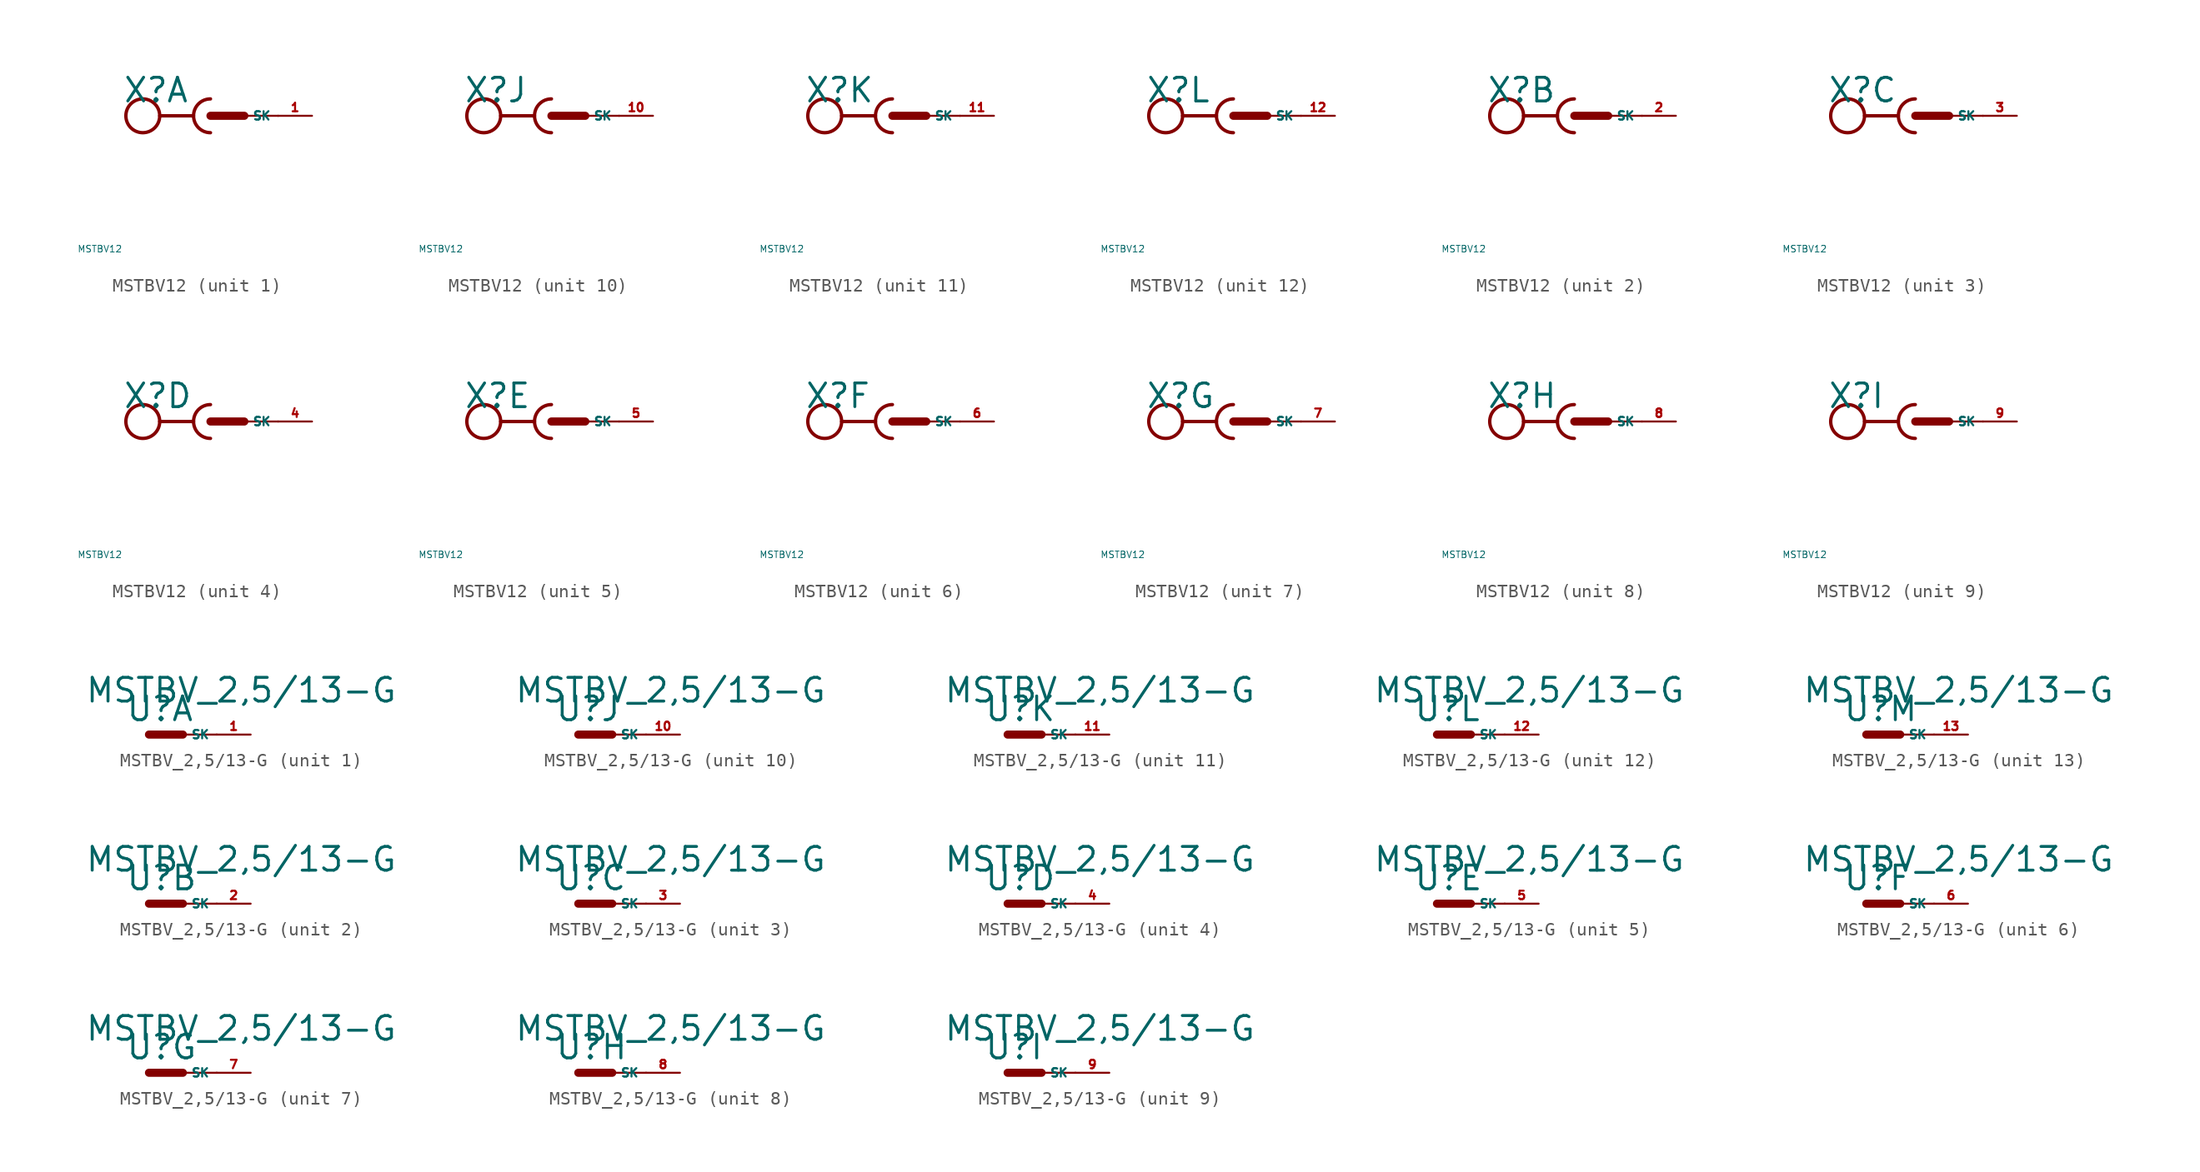
<source format=kicad_sym>
(kicad_symbol_lib
  (version 20220914)
  (generator Eagle2Kicad)
  (symbol "MSTBV12"
    (property "Reference" "X"
      (at -6.604 0.889 0)
      (effects (font (size 1.778 1.778) (thickness 0.22)) (justify left bottom)))
    (property "Value" "MSTBV12"
      (at -10 -10 0)
      (effects (font (size 0.5 0.5) (thickness 0.06)) (justify left)))
    (symbol "MSTBV12_1_0"
      (polyline (pts (xy -3.81 0) (xy -1.27 0)) (stroke (width 0.254) (type default)) (fill (type none)))
      (arc (start 0 1.27) (mid -1.270 0.000) (end 0 -1.27) (stroke (width 0.254) (type default)) (fill (type none)))
      (polyline (pts (xy 0 0) (xy 2.54 0)) (stroke (width 0.61) (type default)) (fill (type none)))
      (polyline (pts (xy 2.54 0) (xy 5.08 0)) (stroke (width 0.152) (type default)) (fill (type none)))
      (circle (center -5.08 0) (radius 1.27) (stroke (width 0.254) (type default)) (fill (type none)))
      (pin passive line (at 7.62 0 180) (length 2.54) (name "SK" (effects (font (size 0.635 0.635) (thickness 0.08)) (justify left bottom))) (number "1" (effects (font (size 0.635 0.635) (thickness 0.08)) (justify left bottom)))))
    (symbol "MSTBV12_2_0"
      (polyline (pts (xy -3.81 0) (xy -1.27 0)) (stroke (width 0.254) (type default)) (fill (type none)))
      (arc (start 0 1.27) (mid -1.270 0.000) (end 0 -1.27) (stroke (width 0.254) (type default)) (fill (type none)))
      (polyline (pts (xy 0 0) (xy 2.54 0)) (stroke (width 0.61) (type default)) (fill (type none)))
      (polyline (pts (xy 2.54 0) (xy 5.08 0)) (stroke (width 0.152) (type default)) (fill (type none)))
      (circle (center -5.08 0) (radius 1.27) (stroke (width 0.254) (type default)) (fill (type none)))
      (pin passive line (at 7.62 0 180) (length 2.54) (name "SK" (effects (font (size 0.635 0.635) (thickness 0.08)) (justify left bottom))) (number "2" (effects (font (size 0.635 0.635) (thickness 0.08)) (justify left bottom)))))
    (symbol "MSTBV12_3_0"
      (polyline (pts (xy -3.81 0) (xy -1.27 0)) (stroke (width 0.254) (type default)) (fill (type none)))
      (arc (start 0 1.27) (mid -1.270 0.000) (end 0 -1.27) (stroke (width 0.254) (type default)) (fill (type none)))
      (polyline (pts (xy 0 0) (xy 2.54 0)) (stroke (width 0.61) (type default)) (fill (type none)))
      (polyline (pts (xy 2.54 0) (xy 5.08 0)) (stroke (width 0.152) (type default)) (fill (type none)))
      (circle (center -5.08 0) (radius 1.27) (stroke (width 0.254) (type default)) (fill (type none)))
      (pin passive line (at 7.62 0 180) (length 2.54) (name "SK" (effects (font (size 0.635 0.635) (thickness 0.08)) (justify left bottom))) (number "3" (effects (font (size 0.635 0.635) (thickness 0.08)) (justify left bottom)))))
    (symbol "MSTBV12_4_0"
      (polyline (pts (xy -3.81 0) (xy -1.27 0)) (stroke (width 0.254) (type default)) (fill (type none)))
      (arc (start 0 1.27) (mid -1.270 0.000) (end 0 -1.27) (stroke (width 0.254) (type default)) (fill (type none)))
      (polyline (pts (xy 0 0) (xy 2.54 0)) (stroke (width 0.61) (type default)) (fill (type none)))
      (polyline (pts (xy 2.54 0) (xy 5.08 0)) (stroke (width 0.152) (type default)) (fill (type none)))
      (circle (center -5.08 0) (radius 1.27) (stroke (width 0.254) (type default)) (fill (type none)))
      (pin passive line (at 7.62 0 180) (length 2.54) (name "SK" (effects (font (size 0.635 0.635) (thickness 0.08)) (justify left bottom))) (number "4" (effects (font (size 0.635 0.635) (thickness 0.08)) (justify left bottom)))))
    (symbol "MSTBV12_5_0"
      (polyline (pts (xy -3.81 0) (xy -1.27 0)) (stroke (width 0.254) (type default)) (fill (type none)))
      (arc (start 0 1.27) (mid -1.270 0.000) (end 0 -1.27) (stroke (width 0.254) (type default)) (fill (type none)))
      (polyline (pts (xy 0 0) (xy 2.54 0)) (stroke (width 0.61) (type default)) (fill (type none)))
      (polyline (pts (xy 2.54 0) (xy 5.08 0)) (stroke (width 0.152) (type default)) (fill (type none)))
      (circle (center -5.08 0) (radius 1.27) (stroke (width 0.254) (type default)) (fill (type none)))
      (pin passive line (at 7.62 0 180) (length 2.54) (name "SK" (effects (font (size 0.635 0.635) (thickness 0.08)) (justify left bottom))) (number "5" (effects (font (size 0.635 0.635) (thickness 0.08)) (justify left bottom)))))
    (symbol "MSTBV12_6_0"
      (polyline (pts (xy -3.81 0) (xy -1.27 0)) (stroke (width 0.254) (type default)) (fill (type none)))
      (arc (start 0 1.27) (mid -1.270 0.000) (end 0 -1.27) (stroke (width 0.254) (type default)) (fill (type none)))
      (polyline (pts (xy 0 0) (xy 2.54 0)) (stroke (width 0.61) (type default)) (fill (type none)))
      (polyline (pts (xy 2.54 0) (xy 5.08 0)) (stroke (width 0.152) (type default)) (fill (type none)))
      (circle (center -5.08 0) (radius 1.27) (stroke (width 0.254) (type default)) (fill (type none)))
      (pin passive line (at 7.62 0 180) (length 2.54) (name "SK" (effects (font (size 0.635 0.635) (thickness 0.08)) (justify left bottom))) (number "6" (effects (font (size 0.635 0.635) (thickness 0.08)) (justify left bottom)))))
    (symbol "MSTBV12_7_0"
      (polyline (pts (xy -3.81 0) (xy -1.27 0)) (stroke (width 0.254) (type default)) (fill (type none)))
      (arc (start 0 1.27) (mid -1.270 0.000) (end 0 -1.27) (stroke (width 0.254) (type default)) (fill (type none)))
      (polyline (pts (xy 0 0) (xy 2.54 0)) (stroke (width 0.61) (type default)) (fill (type none)))
      (polyline (pts (xy 2.54 0) (xy 5.08 0)) (stroke (width 0.152) (type default)) (fill (type none)))
      (circle (center -5.08 0) (radius 1.27) (stroke (width 0.254) (type default)) (fill (type none)))
      (pin passive line (at 7.62 0 180) (length 2.54) (name "SK" (effects (font (size 0.635 0.635) (thickness 0.08)) (justify left bottom))) (number "7" (effects (font (size 0.635 0.635) (thickness 0.08)) (justify left bottom)))))
    (symbol "MSTBV12_8_0"
      (polyline (pts (xy -3.81 0) (xy -1.27 0)) (stroke (width 0.254) (type default)) (fill (type none)))
      (arc (start 0 1.27) (mid -1.270 0.000) (end 0 -1.27) (stroke (width 0.254) (type default)) (fill (type none)))
      (polyline (pts (xy 0 0) (xy 2.54 0)) (stroke (width 0.61) (type default)) (fill (type none)))
      (polyline (pts (xy 2.54 0) (xy 5.08 0)) (stroke (width 0.152) (type default)) (fill (type none)))
      (circle (center -5.08 0) (radius 1.27) (stroke (width 0.254) (type default)) (fill (type none)))
      (pin passive line (at 7.62 0 180) (length 2.54) (name "SK" (effects (font (size 0.635 0.635) (thickness 0.08)) (justify left bottom))) (number "8" (effects (font (size 0.635 0.635) (thickness 0.08)) (justify left bottom)))))
    (symbol "MSTBV12_9_0"
      (polyline (pts (xy -3.81 0) (xy -1.27 0)) (stroke (width 0.254) (type default)) (fill (type none)))
      (arc (start 0 1.27) (mid -1.270 0.000) (end 0 -1.27) (stroke (width 0.254) (type default)) (fill (type none)))
      (polyline (pts (xy 0 0) (xy 2.54 0)) (stroke (width 0.61) (type default)) (fill (type none)))
      (polyline (pts (xy 2.54 0) (xy 5.08 0)) (stroke (width 0.152) (type default)) (fill (type none)))
      (circle (center -5.08 0) (radius 1.27) (stroke (width 0.254) (type default)) (fill (type none)))
      (pin passive line (at 7.62 0 180) (length 2.54) (name "SK" (effects (font (size 0.635 0.635) (thickness 0.08)) (justify left bottom))) (number "9" (effects (font (size 0.635 0.635) (thickness 0.08)) (justify left bottom)))))
    (symbol "MSTBV12_10_0"
      (polyline (pts (xy -3.81 0) (xy -1.27 0)) (stroke (width 0.254) (type default)) (fill (type none)))
      (arc (start 0 1.27) (mid -1.270 0.000) (end 0 -1.27) (stroke (width 0.254) (type default)) (fill (type none)))
      (polyline (pts (xy 0 0) (xy 2.54 0)) (stroke (width 0.61) (type default)) (fill (type none)))
      (polyline (pts (xy 2.54 0) (xy 5.08 0)) (stroke (width 0.152) (type default)) (fill (type none)))
      (circle (center -5.08 0) (radius 1.27) (stroke (width 0.254) (type default)) (fill (type none)))
      (pin passive line (at 7.62 0 180) (length 2.54) (name "SK" (effects (font (size 0.635 0.635) (thickness 0.08)) (justify left bottom))) (number "10" (effects (font (size 0.635 0.635) (thickness 0.08)) (justify left bottom)))))
    (symbol "MSTBV12_11_0"
      (polyline (pts (xy -3.81 0) (xy -1.27 0)) (stroke (width 0.254) (type default)) (fill (type none)))
      (arc (start 0 1.27) (mid -1.270 0.000) (end 0 -1.27) (stroke (width 0.254) (type default)) (fill (type none)))
      (polyline (pts (xy 0 0) (xy 2.54 0)) (stroke (width 0.61) (type default)) (fill (type none)))
      (polyline (pts (xy 2.54 0) (xy 5.08 0)) (stroke (width 0.152) (type default)) (fill (type none)))
      (circle (center -5.08 0) (radius 1.27) (stroke (width 0.254) (type default)) (fill (type none)))
      (pin passive line (at 7.62 0 180) (length 2.54) (name "SK" (effects (font (size 0.635 0.635) (thickness 0.08)) (justify left bottom))) (number "11" (effects (font (size 0.635 0.635) (thickness 0.08)) (justify left bottom)))))
    (symbol "MSTBV12_12_0"
      (polyline (pts (xy -3.81 0) (xy -1.27 0)) (stroke (width 0.254) (type default)) (fill (type none)))
      (arc (start 0 1.27) (mid -1.270 0.000) (end 0 -1.27) (stroke (width 0.254) (type default)) (fill (type none)))
      (polyline (pts (xy 0 0) (xy 2.54 0)) (stroke (width 0.61) (type default)) (fill (type none)))
      (polyline (pts (xy 2.54 0) (xy 5.08 0)) (stroke (width 0.152) (type default)) (fill (type none)))
      (circle (center -5.08 0) (radius 1.27) (stroke (width 0.254) (type default)) (fill (type none)))
      (pin passive line (at 7.62 0 180) (length 2.54) (name "SK" (effects (font (size 0.635 0.635) (thickness 0.08)) (justify left bottom))) (number "12" (effects (font (size 0.635 0.635) (thickness 0.08)) (justify left bottom))))))
  (symbol "MSTBV_2,5/13-G"
    (property "Reference" "U"
      (at -1.778 0.889 0)
      (effects (font (size 1.778 1.778) (thickness 0.22)) (justify left bottom)))
    (property "Value" "MSTBV_2,5/13-G"
      (at -4.826 2.286 0)
      (effects (font (size 1.778 1.778) (thickness 0.22)) (justify left bottom)))
    (symbol "MSTBV_2,5/13-G_1_0"
      (polyline (pts (xy 0 0) (xy 2.54 0)) (stroke (width 0.61) (type default)) (fill (type none)))
      (polyline (pts (xy 2.54 0) (xy 5.08 0)) (stroke (width 0.152) (type default)) (fill (type none)))
      (pin passive line (at 7.62 0 180) (length 2.54) (name "SK" (effects (font (size 0.635 0.635) (thickness 0.08)) (justify left bottom))) (number "1" (effects (font (size 0.635 0.635) (thickness 0.08)) (justify left bottom)))))
    (symbol "MSTBV_2,5/13-G_2_0"
      (polyline (pts (xy 0 0) (xy 2.54 0)) (stroke (width 0.61) (type default)) (fill (type none)))
      (polyline (pts (xy 2.54 0) (xy 5.08 0)) (stroke (width 0.152) (type default)) (fill (type none)))
      (pin passive line (at 7.62 0 180) (length 2.54) (name "SK" (effects (font (size 0.635 0.635) (thickness 0.08)) (justify left bottom))) (number "2" (effects (font (size 0.635 0.635) (thickness 0.08)) (justify left bottom)))))
    (symbol "MSTBV_2,5/13-G_3_0"
      (polyline (pts (xy 0 0) (xy 2.54 0)) (stroke (width 0.61) (type default)) (fill (type none)))
      (polyline (pts (xy 2.54 0) (xy 5.08 0)) (stroke (width 0.152) (type default)) (fill (type none)))
      (pin passive line (at 7.62 0 180) (length 2.54) (name "SK" (effects (font (size 0.635 0.635) (thickness 0.08)) (justify left bottom))) (number "3" (effects (font (size 0.635 0.635) (thickness 0.08)) (justify left bottom)))))
    (symbol "MSTBV_2,5/13-G_4_0"
      (polyline (pts (xy 0 0) (xy 2.54 0)) (stroke (width 0.61) (type default)) (fill (type none)))
      (polyline (pts (xy 2.54 0) (xy 5.08 0)) (stroke (width 0.152) (type default)) (fill (type none)))
      (pin passive line (at 7.62 0 180) (length 2.54) (name "SK" (effects (font (size 0.635 0.635) (thickness 0.08)) (justify left bottom))) (number "4" (effects (font (size 0.635 0.635) (thickness 0.08)) (justify left bottom)))))
    (symbol "MSTBV_2,5/13-G_5_0"
      (polyline (pts (xy 0 0) (xy 2.54 0)) (stroke (width 0.61) (type default)) (fill (type none)))
      (polyline (pts (xy 2.54 0) (xy 5.08 0)) (stroke (width 0.152) (type default)) (fill (type none)))
      (pin passive line (at 7.62 0 180) (length 2.54) (name "SK" (effects (font (size 0.635 0.635) (thickness 0.08)) (justify left bottom))) (number "5" (effects (font (size 0.635 0.635) (thickness 0.08)) (justify left bottom)))))
    (symbol "MSTBV_2,5/13-G_6_0"
      (polyline (pts (xy 0 0) (xy 2.54 0)) (stroke (width 0.61) (type default)) (fill (type none)))
      (polyline (pts (xy 2.54 0) (xy 5.08 0)) (stroke (width 0.152) (type default)) (fill (type none)))
      (pin passive line (at 7.62 0 180) (length 2.54) (name "SK" (effects (font (size 0.635 0.635) (thickness 0.08)) (justify left bottom))) (number "6" (effects (font (size 0.635 0.635) (thickness 0.08)) (justify left bottom)))))
    (symbol "MSTBV_2,5/13-G_7_0"
      (polyline (pts (xy 0 0) (xy 2.54 0)) (stroke (width 0.61) (type default)) (fill (type none)))
      (polyline (pts (xy 2.54 0) (xy 5.08 0)) (stroke (width 0.152) (type default)) (fill (type none)))
      (pin passive line (at 7.62 0 180) (length 2.54) (name "SK" (effects (font (size 0.635 0.635) (thickness 0.08)) (justify left bottom))) (number "7" (effects (font (size 0.635 0.635) (thickness 0.08)) (justify left bottom)))))
    (symbol "MSTBV_2,5/13-G_8_0"
      (polyline (pts (xy 0 0) (xy 2.54 0)) (stroke (width 0.61) (type default)) (fill (type none)))
      (polyline (pts (xy 2.54 0) (xy 5.08 0)) (stroke (width 0.152) (type default)) (fill (type none)))
      (pin passive line (at 7.62 0 180) (length 2.54) (name "SK" (effects (font (size 0.635 0.635) (thickness 0.08)) (justify left bottom))) (number "8" (effects (font (size 0.635 0.635) (thickness 0.08)) (justify left bottom)))))
    (symbol "MSTBV_2,5/13-G_9_0"
      (polyline (pts (xy 0 0) (xy 2.54 0)) (stroke (width 0.61) (type default)) (fill (type none)))
      (polyline (pts (xy 2.54 0) (xy 5.08 0)) (stroke (width 0.152) (type default)) (fill (type none)))
      (pin passive line (at 7.62 0 180) (length 2.54) (name "SK" (effects (font (size 0.635 0.635) (thickness 0.08)) (justify left bottom))) (number "9" (effects (font (size 0.635 0.635) (thickness 0.08)) (justify left bottom)))))
    (symbol "MSTBV_2,5/13-G_10_0"
      (polyline (pts (xy 0 0) (xy 2.54 0)) (stroke (width 0.61) (type default)) (fill (type none)))
      (polyline (pts (xy 2.54 0) (xy 5.08 0)) (stroke (width 0.152) (type default)) (fill (type none)))
      (pin passive line (at 7.62 0 180) (length 2.54) (name "SK" (effects (font (size 0.635 0.635) (thickness 0.08)) (justify left bottom))) (number "10" (effects (font (size 0.635 0.635) (thickness 0.08)) (justify left bottom)))))
    (symbol "MSTBV_2,5/13-G_11_0"
      (polyline (pts (xy 0 0) (xy 2.54 0)) (stroke (width 0.61) (type default)) (fill (type none)))
      (polyline (pts (xy 2.54 0) (xy 5.08 0)) (stroke (width 0.152) (type default)) (fill (type none)))
      (pin passive line (at 7.62 0 180) (length 2.54) (name "SK" (effects (font (size 0.635 0.635) (thickness 0.08)) (justify left bottom))) (number "11" (effects (font (size 0.635 0.635) (thickness 0.08)) (justify left bottom)))))
    (symbol "MSTBV_2,5/13-G_12_0"
      (polyline (pts (xy 0 0) (xy 2.54 0)) (stroke (width 0.61) (type default)) (fill (type none)))
      (polyline (pts (xy 2.54 0) (xy 5.08 0)) (stroke (width 0.152) (type default)) (fill (type none)))
      (pin passive line (at 7.62 0 180) (length 2.54) (name "SK" (effects (font (size 0.635 0.635) (thickness 0.08)) (justify left bottom))) (number "12" (effects (font (size 0.635 0.635) (thickness 0.08)) (justify left bottom)))))
    (symbol "MSTBV_2,5/13-G_13_0"
      (polyline (pts (xy 0 0) (xy 2.54 0)) (stroke (width 0.61) (type default)) (fill (type none)))
      (polyline (pts (xy 2.54 0) (xy 5.08 0)) (stroke (width 0.152) (type default)) (fill (type none)))
      (pin passive line (at 7.62 0 180) (length 2.54) (name "SK" (effects (font (size 0.635 0.635) (thickness 0.08)) (justify left bottom))) (number "13" (effects (font (size 0.635 0.635) (thickness 0.08)) (justify left bottom)))))))
</source>
